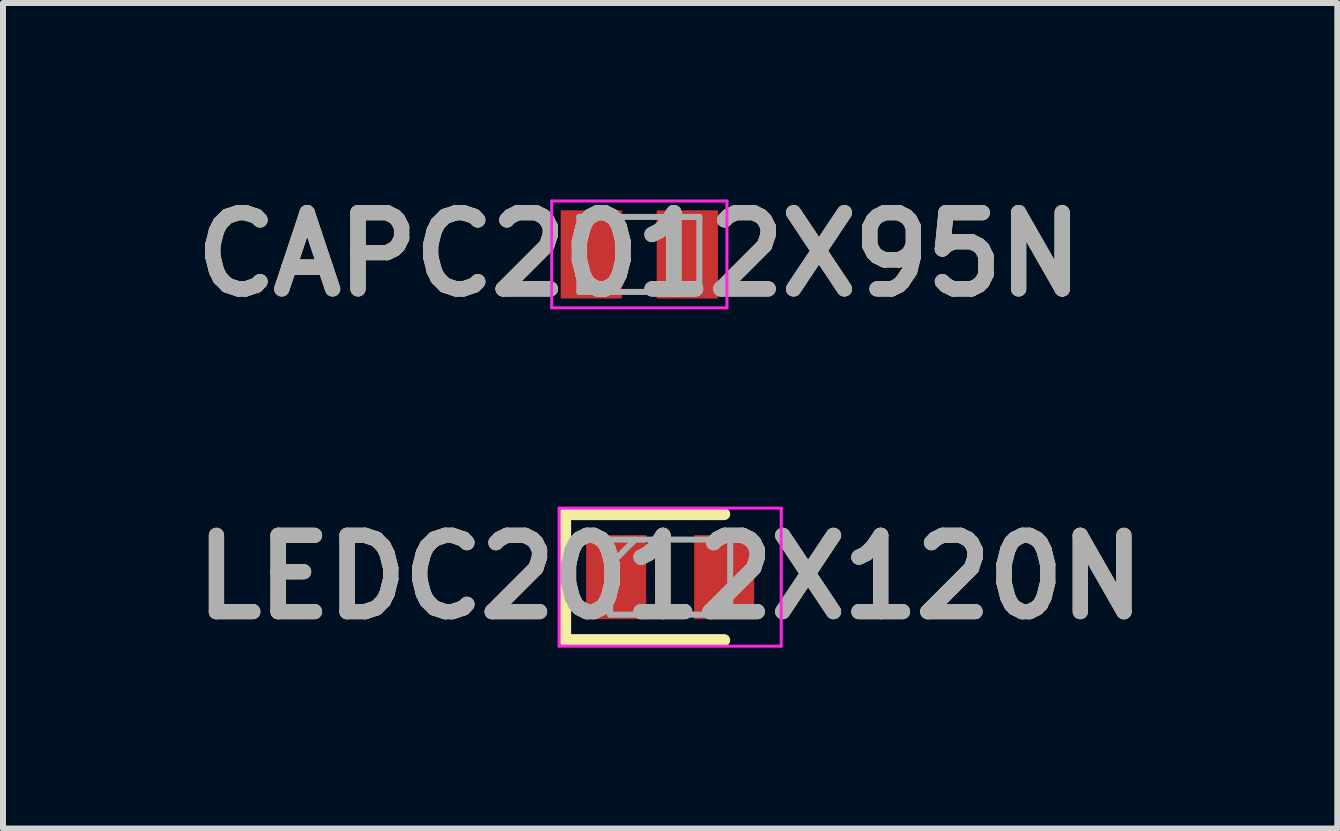
<source format=kicad_pcb>
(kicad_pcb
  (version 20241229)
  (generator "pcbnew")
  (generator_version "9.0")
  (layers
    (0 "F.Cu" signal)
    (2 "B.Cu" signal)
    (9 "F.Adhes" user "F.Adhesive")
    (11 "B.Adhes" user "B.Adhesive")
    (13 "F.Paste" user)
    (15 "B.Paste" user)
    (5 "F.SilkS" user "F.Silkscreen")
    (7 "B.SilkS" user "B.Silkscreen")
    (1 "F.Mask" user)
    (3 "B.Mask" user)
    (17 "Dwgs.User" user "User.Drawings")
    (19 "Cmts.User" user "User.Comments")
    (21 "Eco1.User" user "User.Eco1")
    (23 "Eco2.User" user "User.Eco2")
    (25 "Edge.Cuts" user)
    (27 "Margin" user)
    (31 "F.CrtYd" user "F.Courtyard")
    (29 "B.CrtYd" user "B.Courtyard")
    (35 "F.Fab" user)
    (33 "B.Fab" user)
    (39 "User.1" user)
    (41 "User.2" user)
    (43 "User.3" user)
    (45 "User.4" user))
  (footprint "LEDC2012X120N"
    (layer "F.Cu")
    (at 8.116 6.566)
    (property "Reference" "LEDC2012X120N" (at 0 0 0) (layer "F.SilkS") (effects (font (size 1.27 1.27) (thickness 0.254))))
    (attr smd)
    (fp_line (start -1.75 -1.05) (end -1.75 1.05) (stroke (width 0.2) (type solid)) (layer "F.SilkS"))
    (fp_line (start -1.75 1.05) (end 0.9 1.05) (stroke (width 0.2) (type solid)) (layer "F.SilkS"))
    (fp_line (start 0.9 -1.05) (end -1.75 -1.05) (stroke (width 0.2) (type solid)) (layer "F.SilkS"))
    (fp_line (start -1.85 -1.15) (end 1.85 -1.15) (stroke (width 0.05) (type solid)) (layer "F.CrtYd"))
    (fp_line (start -1.85 1.15) (end -1.85 -1.15) (stroke (width 0.05) (type solid)) (layer "F.CrtYd"))
    (fp_line (start 1.85 -1.15) (end 1.85 1.15) (stroke (width 0.05) (type solid)) (layer "F.CrtYd"))
    (fp_line (start 1.85 1.15) (end -1.85 1.15) (stroke (width 0.05) (type solid)) (layer "F.CrtYd"))
    (fp_line (start -1 -0.625) (end 1 -0.625) (stroke (width 0.1) (type solid)) (layer "F.Fab"))
    (fp_line (start -1 -0.208) (end -0.583 -0.625) (stroke (width 0.1) (type solid)) (layer "F.Fab"))
    (fp_line (start -1 0.625) (end -1 -0.625) (stroke (width 0.1) (type solid)) (layer "F.Fab"))
    (fp_line (start 1 -0.625) (end 1 0.625) (stroke (width 0.1) (type solid)) (layer "F.Fab"))
    (fp_line (start 1 0.625) (end -1 0.625) (stroke (width 0.1) (type solid)) (layer "F.Fab"))
    (fp_text user "${REFERENCE}" (at 0 0 0) (layer "F.Fab") (effects (font (size 1.27 1.27) (thickness 0.254))))
    (pad "1" smd rect (at -0.9 0) (size 1 1.4) (layers "F.Cu" "F.Mask" "F.Paste"))
    (pad "2" smd rect (at 0.9 0) (size 1 1.4) (layers "F.Cu" "F.Mask" "F.Paste")))
  (footprint "CAPC2012X95N"
    (layer "F.Cu")
    (at 7.602 1.189)
    (property "Reference" "CAPC2012X95N" (at 0 0 0) (layer "F.SilkS") (effects (font (size 1.27 1.27) (thickness 0.254))))
    (attr smd)
    (fp_line (start -1.46 -0.89) (end 1.46 -0.89) (stroke (width 0.05) (type solid)) (layer "F.CrtYd"))
    (fp_line (start -1.46 0.89) (end -1.46 -0.89) (stroke (width 0.05) (type solid)) (layer "F.CrtYd"))
    (fp_line (start 1.46 -0.89) (end 1.46 0.89) (stroke (width 0.05) (type solid)) (layer "F.CrtYd"))
    (fp_line (start 1.46 0.89) (end -1.46 0.89) (stroke (width 0.05) (type solid)) (layer "F.CrtYd"))
    (fp_line (start -1 -0.625) (end 1 -0.625) (stroke (width 0.1) (type solid)) (layer "F.Fab"))
    (fp_line (start -1 0.625) (end -1 -0.625) (stroke (width 0.1) (type solid)) (layer "F.Fab"))
    (fp_line (start 1 -0.625) (end 1 0.625) (stroke (width 0.1) (type solid)) (layer "F.Fab"))
    (fp_line (start 1 0.625) (end -1 0.625) (stroke (width 0.1) (type solid)) (layer "F.Fab"))
    (fp_text user "${REFERENCE}" (at 0 0 0) (layer "F.Fab") (effects (font (size 1.27 1.27) (thickness 0.254))))
    (pad "1" smd rect (at -0.8 0) (size 1.02 1.47) (layers "F.Cu" "F.Mask" "F.Paste"))
    (pad "2" smd rect (at 0.8 0) (size 1.02 1.47) (layers "F.Cu" "F.Mask" "F.Paste")))
  (gr_rect
    (start -3 -3)
    (end 19.232 10.755)
    (stroke (width 0.1) (type default))
    (fill no)
    (layer "Edge.Cuts")))
</source>
